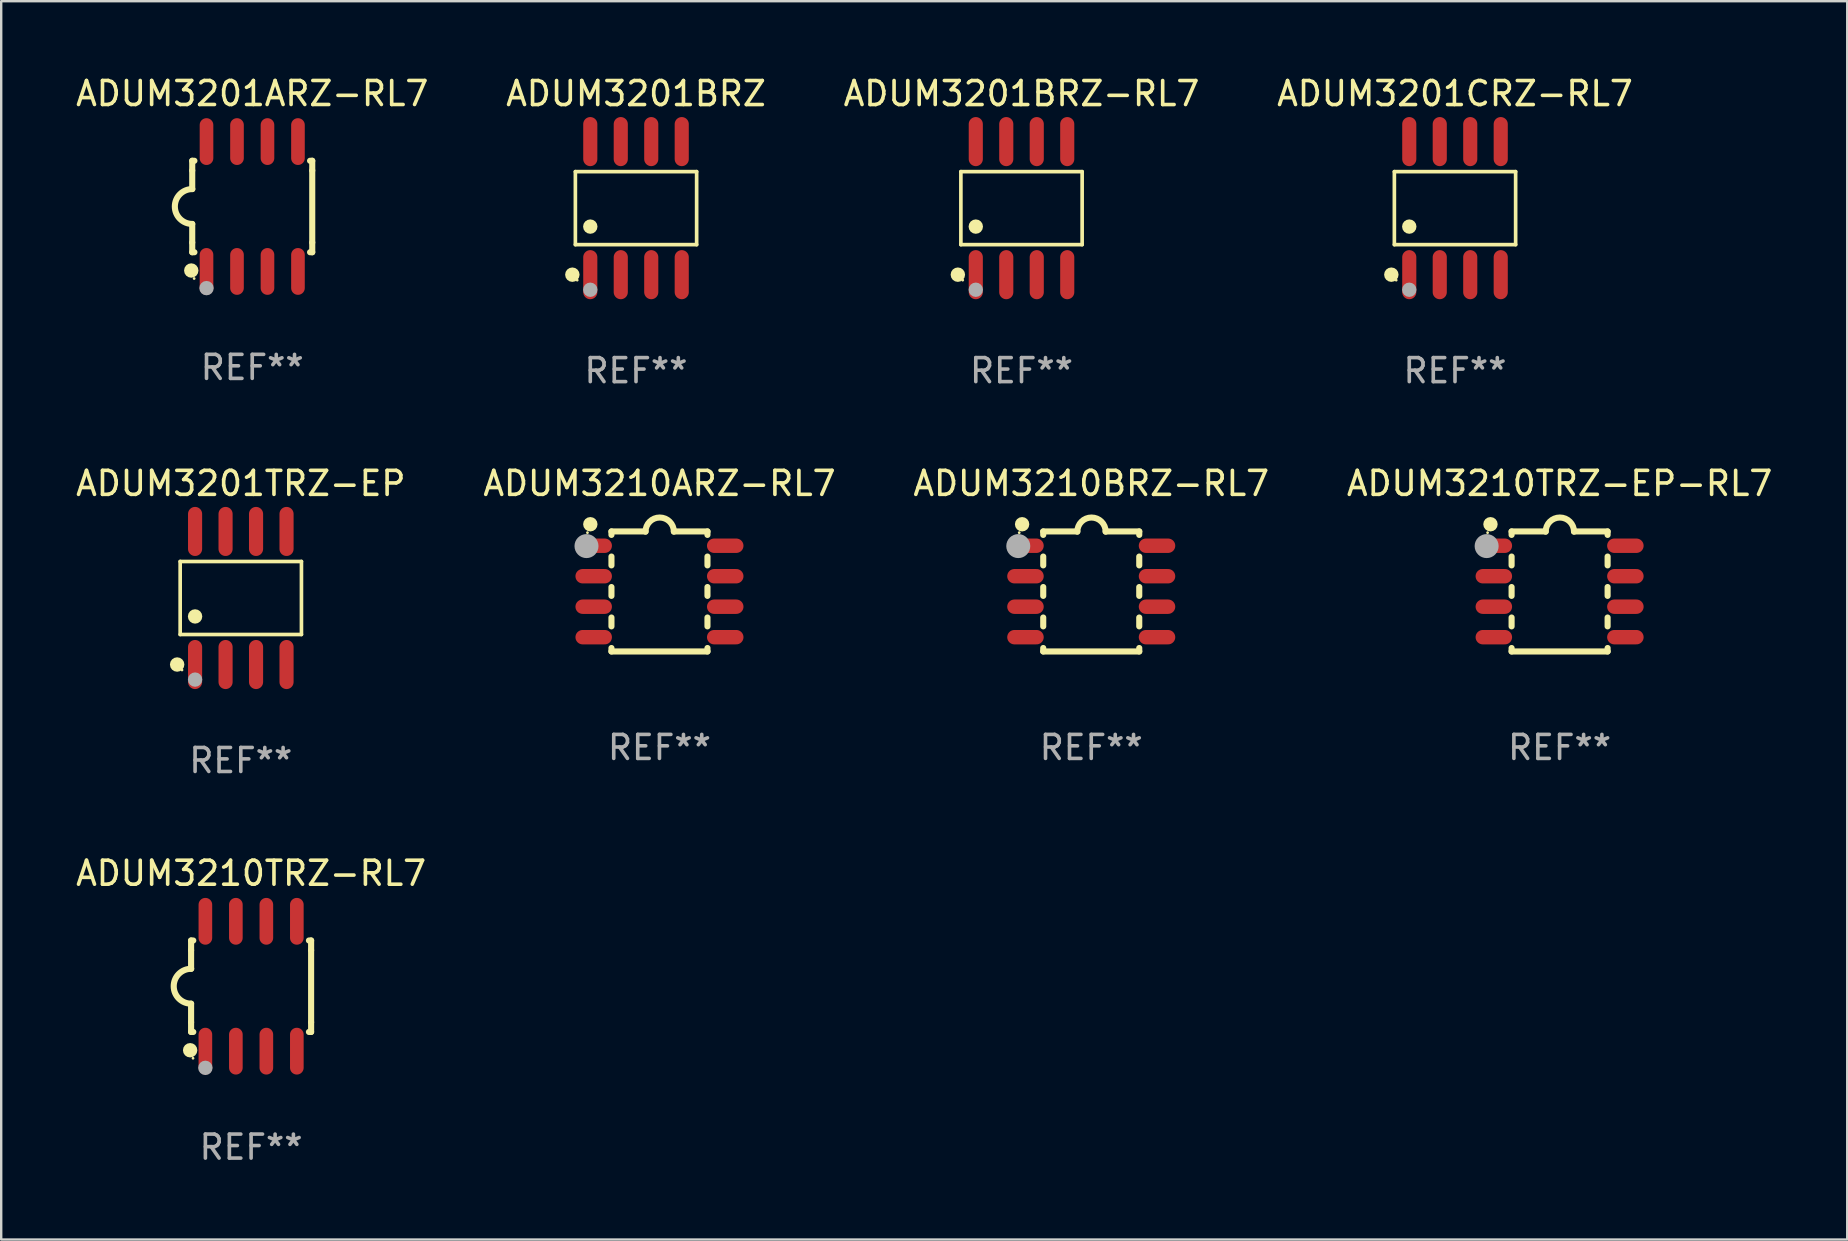
<source format=kicad_pcb>
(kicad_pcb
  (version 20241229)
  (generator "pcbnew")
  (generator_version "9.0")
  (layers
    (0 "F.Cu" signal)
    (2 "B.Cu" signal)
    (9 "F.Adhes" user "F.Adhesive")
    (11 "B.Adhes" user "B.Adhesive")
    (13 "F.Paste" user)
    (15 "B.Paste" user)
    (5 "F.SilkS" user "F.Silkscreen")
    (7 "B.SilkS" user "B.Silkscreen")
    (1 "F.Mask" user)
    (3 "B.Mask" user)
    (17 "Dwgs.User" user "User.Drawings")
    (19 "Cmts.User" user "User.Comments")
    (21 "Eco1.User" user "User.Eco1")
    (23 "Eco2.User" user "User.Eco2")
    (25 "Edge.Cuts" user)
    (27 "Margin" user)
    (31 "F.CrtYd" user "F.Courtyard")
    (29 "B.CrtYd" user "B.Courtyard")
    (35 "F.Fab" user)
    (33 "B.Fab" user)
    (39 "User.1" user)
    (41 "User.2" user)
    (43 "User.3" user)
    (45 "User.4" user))
  (footprint "ADUM3210TRZ-RL7"
    (layer "F.Cu")
    (at 7.411 38.036)
    (property "Reference" "ADUM3210TRZ-RL7" (at 0 -4.705 0) (layer "F.SilkS") (effects (font (size 1 1) (thickness 0.15))))
    (attr through_hole)
    (fp_line (start -2.5 -1.905) (end -2.409 -1.905) (stroke (width 0.254) (type solid)) (layer "F.SilkS"))
    (fp_line (start -2.5 -1.5) (end -2.5 -1.905) (stroke (width 0.254) (type solid)) (layer "F.SilkS"))
    (fp_line (start -2.5 -1.5) (end -2.5 -0.726) (stroke (width 0.254) (type solid)) (layer "F.SilkS"))
    (fp_line (start -2.5 1.5) (end -2.5 0.727) (stroke (width 0.254) (type solid)) (layer "F.SilkS"))
    (fp_line (start -2.5 1.5) (end -2.5 1.905) (stroke (width 0.254) (type solid)) (layer "F.SilkS"))
    (fp_line (start -2.5 1.905) (end -2.409 1.905) (stroke (width 0.254) (type solid)) (layer "F.SilkS"))
    (fp_line (start 2.5 -1.905) (end 2.409 -1.905) (stroke (width 0.254) (type solid)) (layer "F.SilkS"))
    (fp_line (start 2.5 -1.5) (end 2.5 -1.905) (stroke (width 0.254) (type solid)) (layer "F.SilkS"))
    (fp_line (start 2.5 -1.5) (end 2.5 1.5) (stroke (width 0.254) (type solid)) (layer "F.SilkS"))
    (fp_line (start 2.5 1.5) (end 2.5 1.905) (stroke (width 0.254) (type solid)) (layer "F.SilkS"))
    (fp_line (start 2.5 1.905) (end 2.409 1.905) (stroke (width 0.254) (type solid)) (layer "F.SilkS"))
    (fp_arc (start -2.5 0.726568) (mid -3.220316 -0.0023) (end -2.495097 -0.726289) (stroke (width 0.254001) (type solid)) (layer "F.SilkS"))
    (fp_circle (center -2.54 2.667) (end -2.39 2.667) (stroke (width 0.3) (type solid)) (fill no) (layer "F.SilkS"))
    (fp_circle (center -2.42 3) (end -2.39 3) (stroke (width 0.06) (type solid)) (fill no) (layer "F.SilkS"))
    (fp_circle (center -1.905 3.4) (end -1.755 3.4) (stroke (width 0.3) (type solid)) (fill no) (layer "F.Fab"))
    (fp_text user "REF**" (at 0 6.705 0) (layer "F.Fab") (effects (font (size 1 1) (thickness 0.15))))
    (pad "1" smd oval (at -1.905 2.705) (size 0.568 1.95) (layers "F.Cu" "F.Mask" "F.Paste"))
    (pad "2" smd oval (at -0.635 2.705) (size 0.568 1.95) (layers "F.Cu" "F.Mask" "F.Paste"))
    (pad "3" smd oval (at 0.635 2.705) (size 0.568 1.95) (layers "F.Cu" "F.Mask" "F.Paste"))
    (pad "4" smd oval (at 1.905 2.705) (size 0.568 1.95) (layers "F.Cu" "F.Mask" "F.Paste"))
    (pad "5" smd oval (at 1.905 -2.705) (size 0.568 1.95) (layers "F.Cu" "F.Mask" "F.Paste"))
    (pad "6" smd oval (at 0.635 -2.705) (size 0.568 1.95) (layers "F.Cu" "F.Mask" "F.Paste"))
    (pad "7" smd oval (at -0.635 -2.705) (size 0.568 1.95) (layers "F.Cu" "F.Mask" "F.Paste"))
    (pad "8" smd oval (at -1.905 -2.705) (size 0.568 1.95) (layers "F.Cu" "F.Mask" "F.Paste")))
  (footprint "ADUM3201BRZ-RL7"
    (layer "F.Cu")
    (at 39.506 5.621)
    (property "Reference" "ADUM3201BRZ-RL7" (at 0 -4.772 0) (layer "F.SilkS") (effects (font (size 1 1) (thickness 0.15))))
    (attr through_hole)
    (fp_line (start -2.526 -1.521) (end 2.526 -1.521) (stroke (width 0.152) (type solid)) (layer "F.SilkS"))
    (fp_line (start -2.526 1.521) (end -2.526 -1.521) (stroke (width 0.152) (type solid)) (layer "F.SilkS"))
    (fp_line (start 2.526 -1.521) (end 2.526 1.521) (stroke (width 0.152) (type solid)) (layer "F.SilkS"))
    (fp_line (start 2.526 1.521) (end -2.526 1.521) (stroke (width 0.152) (type solid)) (layer "F.SilkS"))
    (fp_circle (center -2.652 2.772) (end -2.501 2.772) (stroke (width 0.3) (type solid)) (fill no) (layer "F.SilkS"))
    (fp_circle (center -2.45 3) (end -2.42 3) (stroke (width 0.06) (type solid)) (fill no) (layer "F.SilkS"))
    (fp_circle (center -1.905 0.769) (end -1.755 0.769) (stroke (width 0.3) (type solid)) (fill no) (layer "F.SilkS"))
    (fp_circle (center -1.905 3.4) (end -1.755 3.4) (stroke (width 0.3) (type solid)) (fill no) (layer "F.Fab"))
    (fp_text user "REF**" (at 0 6.772 0) (layer "F.Fab") (effects (font (size 1 1) (thickness 0.15))))
    (pad "1" smd oval (at -1.905 2.772) (size 0.588 2.045) (layers "F.Cu" "F.Mask" "F.Paste"))
    (pad "2" smd oval (at -0.635 2.772) (size 0.588 2.045) (layers "F.Cu" "F.Mask" "F.Paste"))
    (pad "3" smd oval (at 0.635 2.772) (size 0.588 2.045) (layers "F.Cu" "F.Mask" "F.Paste"))
    (pad "4" smd oval (at 1.905 2.772) (size 0.588 2.045) (layers "F.Cu" "F.Mask" "F.Paste"))
    (pad "5" smd oval (at 1.905 -2.772) (size 0.588 2.045) (layers "F.Cu" "F.Mask" "F.Paste"))
    (pad "6" smd oval (at 0.635 -2.772) (size 0.588 2.045) (layers "F.Cu" "F.Mask" "F.Paste"))
    (pad "7" smd oval (at -0.635 -2.772) (size 0.588 2.045) (layers "F.Cu" "F.Mask" "F.Paste"))
    (pad "8" smd oval (at -1.905 -2.772) (size 0.588 2.045) (layers "F.Cu" "F.Mask" "F.Paste")))
  (footprint "ADUM3201BRZ"
    (layer "F.Cu")
    (at 23.446 5.621)
    (property "Reference" "ADUM3201BRZ" (at 0 -4.772 0) (layer "F.SilkS") (effects (font (size 1 1) (thickness 0.15))))
    (attr through_hole)
    (fp_line (start -2.526 -1.521) (end 2.526 -1.521) (stroke (width 0.152) (type solid)) (layer "F.SilkS"))
    (fp_line (start -2.526 1.521) (end -2.526 -1.521) (stroke (width 0.152) (type solid)) (layer "F.SilkS"))
    (fp_line (start 2.526 -1.521) (end 2.526 1.521) (stroke (width 0.152) (type solid)) (layer "F.SilkS"))
    (fp_line (start 2.526 1.521) (end -2.526 1.521) (stroke (width 0.152) (type solid)) (layer "F.SilkS"))
    (fp_circle (center -2.652 2.772) (end -2.501 2.772) (stroke (width 0.3) (type solid)) (fill no) (layer "F.SilkS"))
    (fp_circle (center -2.45 3) (end -2.42 3) (stroke (width 0.06) (type solid)) (fill no) (layer "F.SilkS"))
    (fp_circle (center -1.905 0.769) (end -1.755 0.769) (stroke (width 0.3) (type solid)) (fill no) (layer "F.SilkS"))
    (fp_circle (center -1.905 3.4) (end -1.755 3.4) (stroke (width 0.3) (type solid)) (fill no) (layer "F.Fab"))
    (fp_text user "REF**" (at 0 6.772 0) (layer "F.Fab") (effects (font (size 1 1) (thickness 0.15))))
    (pad "1" smd oval (at -1.905 2.772) (size 0.588 2.045) (layers "F.Cu" "F.Mask" "F.Paste"))
    (pad "2" smd oval (at -0.635 2.772) (size 0.588 2.045) (layers "F.Cu" "F.Mask" "F.Paste"))
    (pad "3" smd oval (at 0.635 2.772) (size 0.588 2.045) (layers "F.Cu" "F.Mask" "F.Paste"))
    (pad "4" smd oval (at 1.905 2.772) (size 0.588 2.045) (layers "F.Cu" "F.Mask" "F.Paste"))
    (pad "5" smd oval (at 1.905 -2.772) (size 0.588 2.045) (layers "F.Cu" "F.Mask" "F.Paste"))
    (pad "6" smd oval (at 0.635 -2.772) (size 0.588 2.045) (layers "F.Cu" "F.Mask" "F.Paste"))
    (pad "7" smd oval (at -0.635 -2.772) (size 0.588 2.045) (layers "F.Cu" "F.Mask" "F.Paste"))
    (pad "8" smd oval (at -1.905 -2.772) (size 0.588 2.045) (layers "F.Cu" "F.Mask" "F.Paste")))
  (footprint "ADUM3201ARZ-RL7"
    (layer "F.Cu")
    (at 7.458 5.553)
    (property "Reference" "ADUM3201ARZ-RL7" (at 0 -4.705 0) (layer "F.SilkS") (effects (font (size 1 1) (thickness 0.15))))
    (attr through_hole)
    (fp_line (start -2.5 -1.905) (end -2.409 -1.905) (stroke (width 0.254) (type solid)) (layer "F.SilkS"))
    (fp_line (start -2.5 -1.5) (end -2.5 -1.905) (stroke (width 0.254) (type solid)) (layer "F.SilkS"))
    (fp_line (start -2.5 -1.5) (end -2.5 -0.726) (stroke (width 0.254) (type solid)) (layer "F.SilkS"))
    (fp_line (start -2.5 1.5) (end -2.5 0.727) (stroke (width 0.254) (type solid)) (layer "F.SilkS"))
    (fp_line (start -2.5 1.5) (end -2.5 1.905) (stroke (width 0.254) (type solid)) (layer "F.SilkS"))
    (fp_line (start -2.5 1.905) (end -2.409 1.905) (stroke (width 0.254) (type solid)) (layer "F.SilkS"))
    (fp_line (start 2.5 -1.905) (end 2.409 -1.905) (stroke (width 0.254) (type solid)) (layer "F.SilkS"))
    (fp_line (start 2.5 -1.5) (end 2.5 -1.905) (stroke (width 0.254) (type solid)) (layer "F.SilkS"))
    (fp_line (start 2.5 -1.5) (end 2.5 1.5) (stroke (width 0.254) (type solid)) (layer "F.SilkS"))
    (fp_line (start 2.5 1.5) (end 2.5 1.905) (stroke (width 0.254) (type solid)) (layer "F.SilkS"))
    (fp_line (start 2.5 1.905) (end 2.409 1.905) (stroke (width 0.254) (type solid)) (layer "F.SilkS"))
    (fp_arc (start -2.5 0.726568) (mid -3.220316 -0.0023) (end -2.495097 -0.726289) (stroke (width 0.254001) (type solid)) (layer "F.SilkS"))
    (fp_circle (center -2.54 2.667) (end -2.39 2.667) (stroke (width 0.3) (type solid)) (fill no) (layer "F.SilkS"))
    (fp_circle (center -2.42 3) (end -2.39 3) (stroke (width 0.06) (type solid)) (fill no) (layer "F.SilkS"))
    (fp_circle (center -1.905 3.4) (end -1.755 3.4) (stroke (width 0.3) (type solid)) (fill no) (layer "F.Fab"))
    (fp_text user "REF**" (at 0 6.705 0) (layer "F.Fab") (effects (font (size 1 1) (thickness 0.15))))
    (pad "1" smd oval (at -1.905 2.705) (size 0.568 1.95) (layers "F.Cu" "F.Mask" "F.Paste"))
    (pad "2" smd oval (at -0.635 2.705) (size 0.568 1.95) (layers "F.Cu" "F.Mask" "F.Paste"))
    (pad "3" smd oval (at 0.635 2.705) (size 0.568 1.95) (layers "F.Cu" "F.Mask" "F.Paste"))
    (pad "4" smd oval (at 1.905 2.705) (size 0.568 1.95) (layers "F.Cu" "F.Mask" "F.Paste"))
    (pad "5" smd oval (at 1.905 -2.705) (size 0.568 1.95) (layers "F.Cu" "F.Mask" "F.Paste"))
    (pad "6" smd oval (at 0.635 -2.705) (size 0.568 1.95) (layers "F.Cu" "F.Mask" "F.Paste"))
    (pad "7" smd oval (at -0.635 -2.705) (size 0.568 1.95) (layers "F.Cu" "F.Mask" "F.Paste"))
    (pad "8" smd oval (at -1.905 -2.705) (size 0.568 1.95) (layers "F.Cu" "F.Mask" "F.Paste")))
  (footprint "ADUM3201TRZ-EP"
    (layer "F.Cu")
    (at 6.982 21.862)
    (property "Reference" "ADUM3201TRZ-EP" (at 0 -4.772 0) (layer "F.SilkS") (effects (font (size 1 1) (thickness 0.15))))
    (attr through_hole)
    (fp_line (start -2.526 -1.521) (end 2.526 -1.521) (stroke (width 0.152) (type solid)) (layer "F.SilkS"))
    (fp_line (start -2.526 1.521) (end -2.526 -1.521) (stroke (width 0.152) (type solid)) (layer "F.SilkS"))
    (fp_line (start 2.526 -1.521) (end 2.526 1.521) (stroke (width 0.152) (type solid)) (layer "F.SilkS"))
    (fp_line (start 2.526 1.521) (end -2.526 1.521) (stroke (width 0.152) (type solid)) (layer "F.SilkS"))
    (fp_circle (center -2.652 2.772) (end -2.501 2.772) (stroke (width 0.3) (type solid)) (fill no) (layer "F.SilkS"))
    (fp_circle (center -2.45 3) (end -2.42 3) (stroke (width 0.06) (type solid)) (fill no) (layer "F.SilkS"))
    (fp_circle (center -1.905 0.769) (end -1.755 0.769) (stroke (width 0.3) (type solid)) (fill no) (layer "F.SilkS"))
    (fp_circle (center -1.905 3.4) (end -1.755 3.4) (stroke (width 0.3) (type solid)) (fill no) (layer "F.Fab"))
    (fp_text user "REF**" (at 0 6.772 0) (layer "F.Fab") (effects (font (size 1 1) (thickness 0.15))))
    (pad "1" smd oval (at -1.905 2.772) (size 0.588 2.045) (layers "F.Cu" "F.Mask" "F.Paste"))
    (pad "2" smd oval (at -0.635 2.772) (size 0.588 2.045) (layers "F.Cu" "F.Mask" "F.Paste"))
    (pad "3" smd oval (at 0.635 2.772) (size 0.588 2.045) (layers "F.Cu" "F.Mask" "F.Paste"))
    (pad "4" smd oval (at 1.905 2.772) (size 0.588 2.045) (layers "F.Cu" "F.Mask" "F.Paste"))
    (pad "5" smd oval (at 1.905 -2.772) (size 0.588 2.045) (layers "F.Cu" "F.Mask" "F.Paste"))
    (pad "6" smd oval (at 0.635 -2.772) (size 0.588 2.045) (layers "F.Cu" "F.Mask" "F.Paste"))
    (pad "7" smd oval (at -0.635 -2.772) (size 0.588 2.045) (layers "F.Cu" "F.Mask" "F.Paste"))
    (pad "8" smd oval (at -1.905 -2.772) (size 0.588 2.045) (layers "F.Cu" "F.Mask" "F.Paste")))
  (footprint "ADUM3210ARZ-RL7"
    (layer "F.Cu")
    (at 24.423 21.59)
    (property "Reference" "ADUM3210ARZ-RL7" (at 0 -4.5 0) (layer "F.SilkS") (effects (font (size 1 1) (thickness 0.15))))
    (attr through_hole)
    (fp_line (start -2 -2.5) (end -2 -2.356) (stroke (width 0.254) (type solid)) (layer "F.SilkS"))
    (fp_line (start -2 -1.454) (end -2 -1.086) (stroke (width 0.254) (type solid)) (layer "F.SilkS"))
    (fp_line (start -2 -0.184) (end -2 0.184) (stroke (width 0.254) (type solid)) (layer "F.SilkS"))
    (fp_line (start -2 1.086) (end -2 1.454) (stroke (width 0.254) (type solid)) (layer "F.SilkS"))
    (fp_line (start -2 2.356) (end -2 2.5) (stroke (width 0.254) (type solid)) (layer "F.SilkS"))
    (fp_line (start -0.58 -2.5) (end -2 -2.5) (stroke (width 0.254) (type solid)) (layer "F.SilkS"))
    (fp_line (start 2 -2.5) (end 0.6 -2.5) (stroke (width 0.254) (type solid)) (layer "F.SilkS"))
    (fp_line (start 2 -2.5) (end 2 -2.356) (stroke (width 0.254) (type solid)) (layer "F.SilkS"))
    (fp_line (start 2 -1.454) (end 2 -1.086) (stroke (width 0.254) (type solid)) (layer "F.SilkS"))
    (fp_line (start 2 -0.184) (end 2 0.184) (stroke (width 0.254) (type solid)) (layer "F.SilkS"))
    (fp_line (start 2 1.086) (end 2 1.454) (stroke (width 0.254) (type solid)) (layer "F.SilkS"))
    (fp_line (start 2 2.356) (end 2 2.5) (stroke (width 0.254) (type solid)) (layer "F.SilkS"))
    (fp_line (start 2 2.5) (end -2 2.5) (stroke (width 0.254) (type solid)) (layer "F.SilkS"))
    (fp_arc (start -0.579908 -2.489992) (mid 0.010097 -3.07831) (end 0.600102 -2.489992) (stroke (width 0.254001) (type solid)) (layer "F.SilkS"))
    (fp_circle (center -3 -2.45) (end -2.97 -2.45) (stroke (width 0.06) (type solid)) (fill no) (layer "F.SilkS"))
    (fp_circle (center -2.88 -2.8) (end -2.73 -2.8) (stroke (width 0.3) (type solid)) (fill no) (layer "F.SilkS"))
    (fp_circle (center -3.04 -1.89) (end -2.79 -1.89) (stroke (width 0.5) (type solid)) (fill no) (layer "F.Fab"))
    (fp_text user "REF**" (at 0 6.5 0) (layer "F.Fab") (effects (font (size 1 1) (thickness 0.15))))
    (pad "1" smd oval (at -2.74 -1.905 90) (size 0.6 1.52) (layers "F.Cu" "F.Mask" "F.Paste"))
    (pad "2" smd oval (at -2.74 -0.635 90) (size 0.6 1.52) (layers "F.Cu" "F.Mask" "F.Paste"))
    (pad "3" smd oval (at -2.74 0.635 90) (size 0.6 1.52) (layers "F.Cu" "F.Mask" "F.Paste"))
    (pad "4" smd oval (at -2.74 1.905 90) (size 0.6 1.52) (layers "F.Cu" "F.Mask" "F.Paste"))
    (pad "5" smd oval (at 2.74 1.905 90) (size 0.6 1.52) (layers "F.Cu" "F.Mask" "F.Paste"))
    (pad "6" smd oval (at 2.74 0.635 90) (size 0.6 1.52) (layers "F.Cu" "F.Mask" "F.Paste"))
    (pad "7" smd oval (at 2.74 -0.635 90) (size 0.6 1.52) (layers "F.Cu" "F.Mask" "F.Paste"))
    (pad "8" smd oval (at 2.74 -1.905 90) (size 0.6 1.52) (layers "F.Cu" "F.Mask" "F.Paste")))
  (footprint "ADUM3210TRZ-EP-RL7"
    (layer "F.Cu")
    (at 61.923 21.59)
    (property "Reference" "ADUM3210TRZ-EP-RL7" (at 0 -4.5 0) (layer "F.SilkS") (effects (font (size 1 1) (thickness 0.15))))
    (attr through_hole)
    (fp_line (start -2 -2.5) (end -2 -2.356) (stroke (width 0.254) (type solid)) (layer "F.SilkS"))
    (fp_line (start -2 -1.454) (end -2 -1.086) (stroke (width 0.254) (type solid)) (layer "F.SilkS"))
    (fp_line (start -2 -0.184) (end -2 0.184) (stroke (width 0.254) (type solid)) (layer "F.SilkS"))
    (fp_line (start -2 1.086) (end -2 1.454) (stroke (width 0.254) (type solid)) (layer "F.SilkS"))
    (fp_line (start -2 2.356) (end -2 2.5) (stroke (width 0.254) (type solid)) (layer "F.SilkS"))
    (fp_line (start -0.58 -2.5) (end -2 -2.5) (stroke (width 0.254) (type solid)) (layer "F.SilkS"))
    (fp_line (start 2 -2.5) (end 0.6 -2.5) (stroke (width 0.254) (type solid)) (layer "F.SilkS"))
    (fp_line (start 2 -2.5) (end 2 -2.356) (stroke (width 0.254) (type solid)) (layer "F.SilkS"))
    (fp_line (start 2 -1.454) (end 2 -1.086) (stroke (width 0.254) (type solid)) (layer "F.SilkS"))
    (fp_line (start 2 -0.184) (end 2 0.184) (stroke (width 0.254) (type solid)) (layer "F.SilkS"))
    (fp_line (start 2 1.086) (end 2 1.454) (stroke (width 0.254) (type solid)) (layer "F.SilkS"))
    (fp_line (start 2 2.356) (end 2 2.5) (stroke (width 0.254) (type solid)) (layer "F.SilkS"))
    (fp_line (start 2 2.5) (end -2 2.5) (stroke (width 0.254) (type solid)) (layer "F.SilkS"))
    (fp_arc (start -0.579908 -2.489992) (mid 0.010097 -3.07831) (end 0.600102 -2.489992) (stroke (width 0.254001) (type solid)) (layer "F.SilkS"))
    (fp_circle (center -3 -2.45) (end -2.97 -2.45) (stroke (width 0.06) (type solid)) (fill no) (layer "F.SilkS"))
    (fp_circle (center -2.88 -2.8) (end -2.73 -2.8) (stroke (width 0.3) (type solid)) (fill no) (layer "F.SilkS"))
    (fp_circle (center -3.04 -1.89) (end -2.79 -1.89) (stroke (width 0.5) (type solid)) (fill no) (layer "F.Fab"))
    (fp_text user "REF**" (at 0 6.5 0) (layer "F.Fab") (effects (font (size 1 1) (thickness 0.15))))
    (pad "1" smd oval (at -2.74 -1.905 90) (size 0.6 1.52) (layers "F.Cu" "F.Mask" "F.Paste"))
    (pad "2" smd oval (at -2.74 -0.635 90) (size 0.6 1.52) (layers "F.Cu" "F.Mask" "F.Paste"))
    (pad "3" smd oval (at -2.74 0.635 90) (size 0.6 1.52) (layers "F.Cu" "F.Mask" "F.Paste"))
    (pad "4" smd oval (at -2.74 1.905 90) (size 0.6 1.52) (layers "F.Cu" "F.Mask" "F.Paste"))
    (pad "5" smd oval (at 2.74 1.905 90) (size 0.6 1.52) (layers "F.Cu" "F.Mask" "F.Paste"))
    (pad "6" smd oval (at 2.74 0.635 90) (size 0.6 1.52) (layers "F.Cu" "F.Mask" "F.Paste"))
    (pad "7" smd oval (at 2.74 -0.635 90) (size 0.6 1.52) (layers "F.Cu" "F.Mask" "F.Paste"))
    (pad "8" smd oval (at 2.74 -1.905 90) (size 0.6 1.52) (layers "F.Cu" "F.Mask" "F.Paste")))
  (footprint "ADUM3210BRZ-RL7"
    (layer "F.Cu")
    (at 42.411 21.59)
    (property "Reference" "ADUM3210BRZ-RL7" (at 0 -4.5 0) (layer "F.SilkS") (effects (font (size 1 1) (thickness 0.15))))
    (attr through_hole)
    (fp_line (start -2 -2.5) (end -2 -2.356) (stroke (width 0.254) (type solid)) (layer "F.SilkS"))
    (fp_line (start -2 -1.454) (end -2 -1.086) (stroke (width 0.254) (type solid)) (layer "F.SilkS"))
    (fp_line (start -2 -0.184) (end -2 0.184) (stroke (width 0.254) (type solid)) (layer "F.SilkS"))
    (fp_line (start -2 1.086) (end -2 1.454) (stroke (width 0.254) (type solid)) (layer "F.SilkS"))
    (fp_line (start -2 2.356) (end -2 2.5) (stroke (width 0.254) (type solid)) (layer "F.SilkS"))
    (fp_line (start -0.58 -2.5) (end -2 -2.5) (stroke (width 0.254) (type solid)) (layer "F.SilkS"))
    (fp_line (start 2 -2.5) (end 0.6 -2.5) (stroke (width 0.254) (type solid)) (layer "F.SilkS"))
    (fp_line (start 2 -2.5) (end 2 -2.356) (stroke (width 0.254) (type solid)) (layer "F.SilkS"))
    (fp_line (start 2 -1.454) (end 2 -1.086) (stroke (width 0.254) (type solid)) (layer "F.SilkS"))
    (fp_line (start 2 -0.184) (end 2 0.184) (stroke (width 0.254) (type solid)) (layer "F.SilkS"))
    (fp_line (start 2 1.086) (end 2 1.454) (stroke (width 0.254) (type solid)) (layer "F.SilkS"))
    (fp_line (start 2 2.356) (end 2 2.5) (stroke (width 0.254) (type solid)) (layer "F.SilkS"))
    (fp_line (start 2 2.5) (end -2 2.5) (stroke (width 0.254) (type solid)) (layer "F.SilkS"))
    (fp_arc (start -0.579908 -2.489992) (mid 0.010097 -3.07831) (end 0.600102 -2.489992) (stroke (width 0.254001) (type solid)) (layer "F.SilkS"))
    (fp_circle (center -3 -2.45) (end -2.97 -2.45) (stroke (width 0.06) (type solid)) (fill no) (layer "F.SilkS"))
    (fp_circle (center -2.88 -2.8) (end -2.73 -2.8) (stroke (width 0.3) (type solid)) (fill no) (layer "F.SilkS"))
    (fp_circle (center -3.04 -1.89) (end -2.79 -1.89) (stroke (width 0.5) (type solid)) (fill no) (layer "F.Fab"))
    (fp_text user "REF**" (at 0 6.5 0) (layer "F.Fab") (effects (font (size 1 1) (thickness 0.15))))
    (pad "1" smd oval (at -2.74 -1.905 90) (size 0.6 1.52) (layers "F.Cu" "F.Mask" "F.Paste"))
    (pad "2" smd oval (at -2.74 -0.635 90) (size 0.6 1.52) (layers "F.Cu" "F.Mask" "F.Paste"))
    (pad "3" smd oval (at -2.74 0.635 90) (size 0.6 1.52) (layers "F.Cu" "F.Mask" "F.Paste"))
    (pad "4" smd oval (at -2.74 1.905 90) (size 0.6 1.52) (layers "F.Cu" "F.Mask" "F.Paste"))
    (pad "5" smd oval (at 2.74 1.905 90) (size 0.6 1.52) (layers "F.Cu" "F.Mask" "F.Paste"))
    (pad "6" smd oval (at 2.74 0.635 90) (size 0.6 1.52) (layers "F.Cu" "F.Mask" "F.Paste"))
    (pad "7" smd oval (at 2.74 -0.635 90) (size 0.6 1.52) (layers "F.Cu" "F.Mask" "F.Paste"))
    (pad "8" smd oval (at 2.74 -1.905 90) (size 0.6 1.52) (layers "F.Cu" "F.Mask" "F.Paste")))
  (footprint "ADUM3201CRZ-RL7"
    (layer "F.Cu")
    (at 57.565 5.621)
    (property "Reference" "ADUM3201CRZ-RL7" (at 0 -4.772 0) (layer "F.SilkS") (effects (font (size 1 1) (thickness 0.15))))
    (attr through_hole)
    (fp_line (start -2.526 -1.521) (end 2.526 -1.521) (stroke (width 0.152) (type solid)) (layer "F.SilkS"))
    (fp_line (start -2.526 1.521) (end -2.526 -1.521) (stroke (width 0.152) (type solid)) (layer "F.SilkS"))
    (fp_line (start 2.526 -1.521) (end 2.526 1.521) (stroke (width 0.152) (type solid)) (layer "F.SilkS"))
    (fp_line (start 2.526 1.521) (end -2.526 1.521) (stroke (width 0.152) (type solid)) (layer "F.SilkS"))
    (fp_circle (center -2.652 2.772) (end -2.501 2.772) (stroke (width 0.3) (type solid)) (fill no) (layer "F.SilkS"))
    (fp_circle (center -2.45 3) (end -2.42 3) (stroke (width 0.06) (type solid)) (fill no) (layer "F.SilkS"))
    (fp_circle (center -1.905 0.769) (end -1.755 0.769) (stroke (width 0.3) (type solid)) (fill no) (layer "F.SilkS"))
    (fp_circle (center -1.905 3.4) (end -1.755 3.4) (stroke (width 0.3) (type solid)) (fill no) (layer "F.Fab"))
    (fp_text user "REF**" (at 0 6.772 0) (layer "F.Fab") (effects (font (size 1 1) (thickness 0.15))))
    (pad "1" smd oval (at -1.905 2.772) (size 0.588 2.045) (layers "F.Cu" "F.Mask" "F.Paste"))
    (pad "2" smd oval (at -0.635 2.772) (size 0.588 2.045) (layers "F.Cu" "F.Mask" "F.Paste"))
    (pad "3" smd oval (at 0.635 2.772) (size 0.588 2.045) (layers "F.Cu" "F.Mask" "F.Paste"))
    (pad "4" smd oval (at 1.905 2.772) (size 0.588 2.045) (layers "F.Cu" "F.Mask" "F.Paste"))
    (pad "5" smd oval (at 1.905 -2.772) (size 0.588 2.045) (layers "F.Cu" "F.Mask" "F.Paste"))
    (pad "6" smd oval (at 0.635 -2.772) (size 0.588 2.045) (layers "F.Cu" "F.Mask" "F.Paste"))
    (pad "7" smd oval (at -0.635 -2.772) (size 0.588 2.045) (layers "F.Cu" "F.Mask" "F.Paste"))
    (pad "8" smd oval (at -1.905 -2.772) (size 0.588 2.045) (layers "F.Cu" "F.Mask" "F.Paste")))
  (gr_rect
    (start -3 -3)
    (end 73.905 48.589)
    (stroke (width 0.1) (type default))
    (fill no)
    (layer "Edge.Cuts")))
</source>
